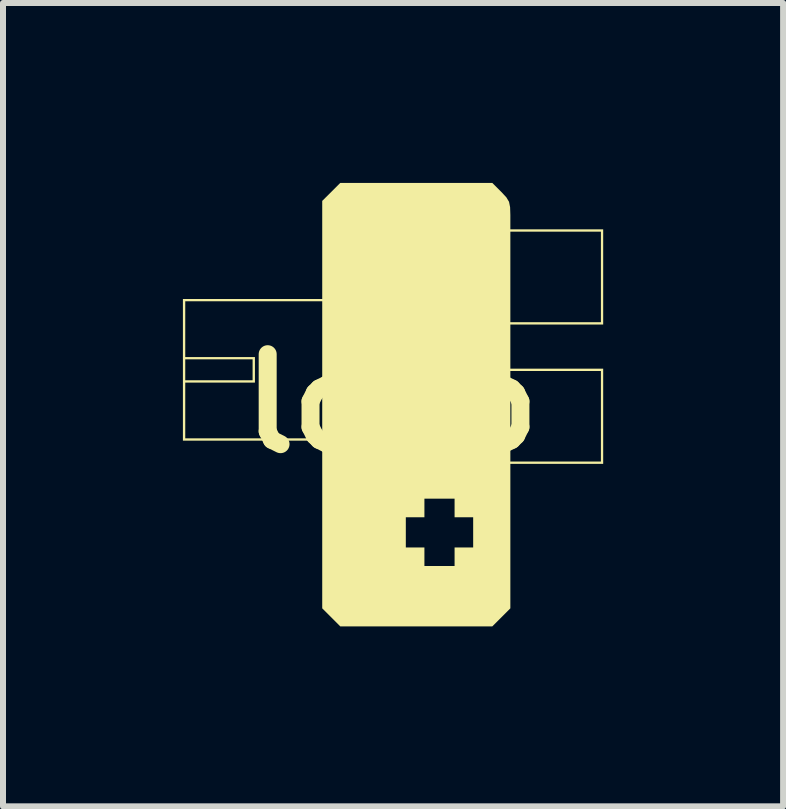
<source format=kicad_pcb>
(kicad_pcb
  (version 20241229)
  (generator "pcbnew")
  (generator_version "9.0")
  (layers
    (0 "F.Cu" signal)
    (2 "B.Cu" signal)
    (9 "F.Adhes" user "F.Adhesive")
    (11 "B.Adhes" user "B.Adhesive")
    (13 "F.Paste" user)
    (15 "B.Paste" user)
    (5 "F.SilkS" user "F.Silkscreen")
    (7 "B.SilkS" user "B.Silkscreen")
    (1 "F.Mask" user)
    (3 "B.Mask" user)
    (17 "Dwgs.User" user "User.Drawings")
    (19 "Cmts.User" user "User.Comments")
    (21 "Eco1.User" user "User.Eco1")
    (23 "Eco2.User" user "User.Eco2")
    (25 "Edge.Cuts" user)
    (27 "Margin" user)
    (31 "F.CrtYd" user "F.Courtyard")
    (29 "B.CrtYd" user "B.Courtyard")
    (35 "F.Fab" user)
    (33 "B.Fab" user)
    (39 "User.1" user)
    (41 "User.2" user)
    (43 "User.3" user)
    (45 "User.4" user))
  (footprint "logo"
    (layer "F.Cu")
    (at 3.485 3.678)
    (property "Reference" "logo" (at 0 0 0) (layer "F.SilkS") (effects (font (size 1.5 1.5) (thickness 0.3))))
    (attr board_only exclude_from_pos_files exclude_from_bom)
    (fp_poly (pts (xy 1.824 -3.528) (xy 1.908 -3.438) (xy 1.953 -3.363) (xy 1.971 -3.272) (xy 1.975 -3.141) (xy 1.975 -2.904) (xy 2.749 -2.904) (xy 3.523 -2.904) (xy 3.523 -2.11) (xy 3.523 -1.316) (xy 2.749 -1.316) (xy 1.975 -1.316) (xy 1.975 -0.949) (xy 1.975 -0.581) (xy 2.749 -0.581) (xy 3.523 -0.581) (xy 3.523 0.213) (xy 3.523 1.007) (xy 2.749 1.007) (xy 1.975 1.007) (xy 1.975 2.212) (xy 1.975 3.416) (xy 1.824 3.567) (xy 1.674 3.717) (xy 0.407 3.717) (xy -0.861 3.717) (xy -1.011 3.567) (xy -1.162 3.416) (xy -1.162 2.018) (xy -1.162 1.897) (xy 0.232 1.897) (xy 0.232 2.149) (xy 0.232 2.401) (xy 0.387 2.401) (xy 0.542 2.401) (xy 0.542 2.555) (xy 0.542 2.71) (xy 0.794 2.71) (xy 1.045 2.71) (xy 1.045 2.555) (xy 1.045 2.401) (xy 1.2 2.401) (xy 1.355 2.401) (xy 1.355 2.149) (xy 1.355 1.897) (xy 1.2 1.897) (xy 1.045 1.897) (xy 1.045 1.742) (xy 1.045 1.587) (xy 0.794 1.587) (xy 0.542 1.587) (xy 0.542 1.742) (xy 0.542 1.897) (xy 0.387 1.897) (xy 0.232 1.897) (xy -1.162 1.897) (xy -1.162 0.62) (xy -2.323 0.62) (xy -3.485 0.62) (xy -3.485 -0.561) (xy -3.446 -0.561) (xy -3.446 -0.387) (xy -2.885 -0.387) (xy -2.323 -0.387) (xy -2.323 -0.561) (xy -2.323 -0.736) (xy -2.885 -0.736) (xy -3.446 -0.736) (xy -3.446 -0.561) (xy -3.485 -0.561) (xy -3.485 -1.239) (xy -3.446 -1.239) (xy -3.446 -0.774) (xy -2.865 -0.774) (xy -2.284 -0.774) (xy -2.284 -0.561) (xy -2.284 -0.348) (xy -2.865 -0.348) (xy -3.446 -0.348) (xy -3.446 0.116) (xy -3.446 0.581) (xy -2.304 0.581) (xy -1.162 0.581) (xy -1.162 0.213) (xy 1.975 0.213) (xy 1.975 0.968) (xy 2.73 0.968) (xy 3.485 0.968) (xy 3.485 0.213) (xy 3.485 -0.542) (xy 2.73 -0.542) (xy 1.975 -0.542) (xy 1.975 0.213) (xy -1.162 0.213) (xy -1.162 -0.561) (xy -1.162 -1.704) (xy -2.304 -1.704) (xy -3.446 -1.704) (xy -3.446 -1.239) (xy -3.485 -1.239) (xy -3.485 -1.742) (xy -2.323 -1.742) (xy -1.162 -1.742) (xy -1.162 -2.11) (xy 1.975 -2.11) (xy 1.975 -1.355) (xy 2.73 -1.355) (xy 3.485 -1.355) (xy 3.485 -2.11) (xy 3.485 -2.865) (xy 2.73 -2.865) (xy 1.975 -2.865) (xy 1.975 -2.11) (xy -1.162 -2.11) (xy -1.162 -2.56) (xy -1.162 -3.378) (xy -1.011 -3.528) (xy -0.861 -3.678) (xy 0.407 -3.678) (xy 1.674 -3.678)) (stroke (width 0) (type solid)) (fill yes) (layer "F.SilkS")))
  (gr_rect
    (start -3 -3)
    (end 10.008 10.395)
    (stroke (width 0.1) (type default))
    (fill no)
    (layer "Edge.Cuts")))
</source>
